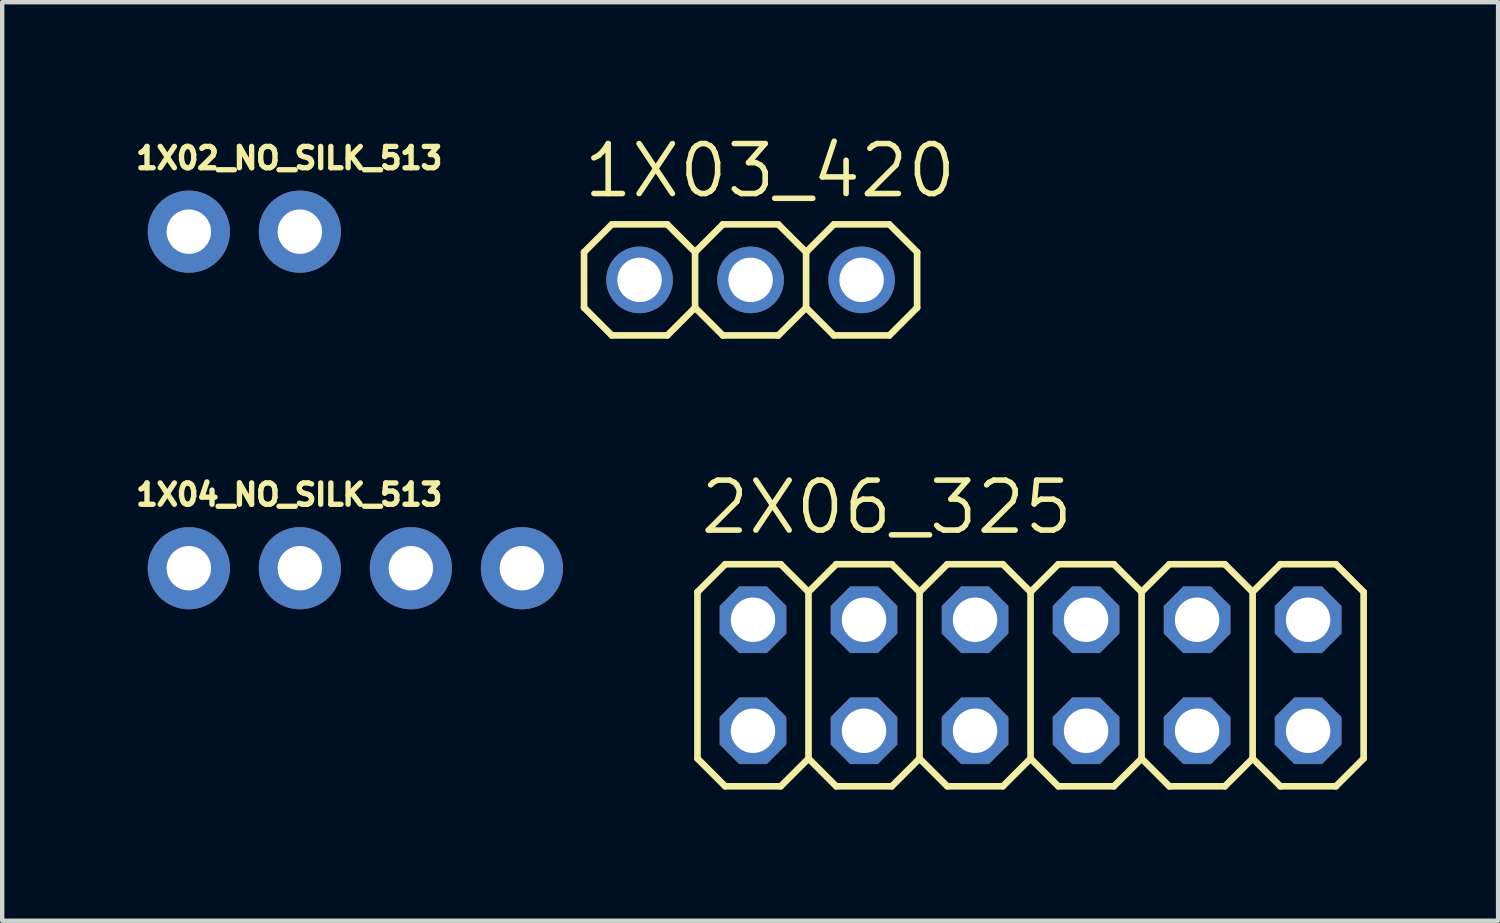
<source format=kicad_pcb>
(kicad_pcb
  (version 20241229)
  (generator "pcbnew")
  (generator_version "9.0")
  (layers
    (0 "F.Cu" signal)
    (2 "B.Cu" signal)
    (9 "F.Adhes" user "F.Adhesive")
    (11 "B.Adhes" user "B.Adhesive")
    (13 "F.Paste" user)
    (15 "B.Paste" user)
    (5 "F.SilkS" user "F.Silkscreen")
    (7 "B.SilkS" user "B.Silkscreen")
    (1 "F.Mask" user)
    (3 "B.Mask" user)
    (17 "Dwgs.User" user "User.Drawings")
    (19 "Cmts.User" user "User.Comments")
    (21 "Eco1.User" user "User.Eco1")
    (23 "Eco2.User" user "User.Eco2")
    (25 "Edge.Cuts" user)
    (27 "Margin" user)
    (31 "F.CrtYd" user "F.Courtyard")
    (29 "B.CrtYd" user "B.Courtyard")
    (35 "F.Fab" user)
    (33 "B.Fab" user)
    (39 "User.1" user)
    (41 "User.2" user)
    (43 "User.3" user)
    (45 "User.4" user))
  (footprint "2X06_325"
    (layer "F.Cu")
    (at 20.526 12.398)
    (property "Reference" "2X06_325" (at -7.62 -3.175 0) (unlocked yes) (layer "F.SilkS") (effects (font (size 1.143 1.143) (thickness 0.127)) (justify left bottom)))
    (fp_line (start -7.62 -1.905) (end -6.985 -2.54) (stroke (width 0.152) (type solid)) (layer "F.SilkS"))
    (fp_line (start -7.62 1.905) (end -7.62 -1.905) (stroke (width 0.152) (type solid)) (layer "F.SilkS"))
    (fp_line (start -7.62 1.905) (end -6.985 2.54) (stroke (width 0.152) (type solid)) (layer "F.SilkS"))
    (fp_line (start -6.985 -2.54) (end -5.715 -2.54) (stroke (width 0.152) (type solid)) (layer "F.SilkS"))
    (fp_line (start -6.985 2.54) (end -5.715 2.54) (stroke (width 0.152) (type solid)) (layer "F.SilkS"))
    (fp_line (start -5.715 -2.54) (end -5.08 -1.905) (stroke (width 0.152) (type solid)) (layer "F.SilkS"))
    (fp_line (start -5.715 2.54) (end -5.08 1.905) (stroke (width 0.152) (type solid)) (layer "F.SilkS"))
    (fp_line (start -5.08 -1.905) (end -5.08 1.905) (stroke (width 0.152) (type solid)) (layer "F.SilkS"))
    (fp_line (start -5.08 -1.905) (end -4.445 -2.54) (stroke (width 0.152) (type solid)) (layer "F.SilkS"))
    (fp_line (start -5.08 1.905) (end -4.445 2.54) (stroke (width 0.152) (type solid)) (layer "F.SilkS"))
    (fp_line (start -4.445 -2.54) (end -3.175 -2.54) (stroke (width 0.152) (type solid)) (layer "F.SilkS"))
    (fp_line (start -4.445 2.54) (end -3.175 2.54) (stroke (width 0.152) (type solid)) (layer "F.SilkS"))
    (fp_line (start -3.175 -2.54) (end -2.54 -1.905) (stroke (width 0.152) (type solid)) (layer "F.SilkS"))
    (fp_line (start -3.175 2.54) (end -2.54 1.905) (stroke (width 0.152) (type solid)) (layer "F.SilkS"))
    (fp_line (start -2.54 -1.905) (end -2.54 1.905) (stroke (width 0.152) (type solid)) (layer "F.SilkS"))
    (fp_line (start -2.54 -1.905) (end -1.905 -2.54) (stroke (width 0.152) (type solid)) (layer "F.SilkS"))
    (fp_line (start -2.54 1.905) (end -1.905 2.54) (stroke (width 0.152) (type solid)) (layer "F.SilkS"))
    (fp_line (start -1.905 -2.54) (end -0.635 -2.54) (stroke (width 0.152) (type solid)) (layer "F.SilkS"))
    (fp_line (start -1.905 2.54) (end -0.635 2.54) (stroke (width 0.152) (type solid)) (layer "F.SilkS"))
    (fp_line (start -0.635 -2.54) (end 0 -1.905) (stroke (width 0.152) (type solid)) (layer "F.SilkS"))
    (fp_line (start -0.635 2.54) (end 0 1.905) (stroke (width 0.152) (type solid)) (layer "F.SilkS"))
    (fp_line (start 0 -1.905) (end 0 1.905) (stroke (width 0.152) (type solid)) (layer "F.SilkS"))
    (fp_line (start 0 -1.905) (end 0.635 -2.54) (stroke (width 0.152) (type solid)) (layer "F.SilkS"))
    (fp_line (start 0 1.905) (end 0.635 2.54) (stroke (width 0.152) (type solid)) (layer "F.SilkS"))
    (fp_line (start 0.635 -2.54) (end 1.905 -2.54) (stroke (width 0.152) (type solid)) (layer "F.SilkS"))
    (fp_line (start 0.635 2.54) (end 1.905 2.54) (stroke (width 0.152) (type solid)) (layer "F.SilkS"))
    (fp_line (start 1.905 -2.54) (end 2.54 -1.905) (stroke (width 0.152) (type solid)) (layer "F.SilkS"))
    (fp_line (start 1.905 2.54) (end 2.54 1.905) (stroke (width 0.152) (type solid)) (layer "F.SilkS"))
    (fp_line (start 2.54 -1.905) (end 2.54 1.905) (stroke (width 0.152) (type solid)) (layer "F.SilkS"))
    (fp_line (start 2.54 -1.905) (end 3.175 -2.54) (stroke (width 0.152) (type solid)) (layer "F.SilkS"))
    (fp_line (start 2.54 1.905) (end 3.175 2.54) (stroke (width 0.152) (type solid)) (layer "F.SilkS"))
    (fp_line (start 3.175 -2.54) (end 4.445 -2.54) (stroke (width 0.152) (type solid)) (layer "F.SilkS"))
    (fp_line (start 3.175 2.54) (end 4.445 2.54) (stroke (width 0.152) (type solid)) (layer "F.SilkS"))
    (fp_line (start 4.445 -2.54) (end 5.08 -1.905) (stroke (width 0.152) (type solid)) (layer "F.SilkS"))
    (fp_line (start 4.445 2.54) (end 5.08 1.905) (stroke (width 0.152) (type solid)) (layer "F.SilkS"))
    (fp_line (start 5.08 -1.905) (end 5.08 1.905) (stroke (width 0.152) (type solid)) (layer "F.SilkS"))
    (fp_line (start 5.08 -1.905) (end 5.715 -2.54) (stroke (width 0.152) (type solid)) (layer "F.SilkS"))
    (fp_line (start 5.08 1.905) (end 5.715 2.54) (stroke (width 0.152) (type solid)) (layer "F.SilkS"))
    (fp_line (start 5.715 -2.54) (end 6.985 -2.54) (stroke (width 0.152) (type solid)) (layer "F.SilkS"))
    (fp_line (start 5.715 2.54) (end 6.985 2.54) (stroke (width 0.152) (type solid)) (layer "F.SilkS"))
    (fp_line (start 6.985 -2.54) (end 7.62 -1.905) (stroke (width 0.152) (type solid)) (layer "F.SilkS"))
    (fp_line (start 6.985 2.54) (end 7.62 1.905) (stroke (width 0.152) (type solid)) (layer "F.SilkS"))
    (fp_line (start 7.62 -1.905) (end 7.62 1.905) (stroke (width 0.152) (type solid)) (layer "F.SilkS"))
    (fp_poly (pts (xy -6.604 -1.016) (xy -6.096 -1.016) (xy -6.096 -1.524) (xy -6.604 -1.524)) (stroke (width 0.1) (type default)) (fill no) (layer "F.Fab"))
    (fp_poly (pts (xy -6.604 1.524) (xy -6.096 1.524) (xy -6.096 1.016) (xy -6.604 1.016)) (stroke (width 0.1) (type default)) (fill no) (layer "F.Fab"))
    (fp_poly (pts (xy -4.064 -1.016) (xy -3.556 -1.016) (xy -3.556 -1.524) (xy -4.064 -1.524)) (stroke (width 0.1) (type default)) (fill no) (layer "F.Fab"))
    (fp_poly (pts (xy -4.064 1.524) (xy -3.556 1.524) (xy -3.556 1.016) (xy -4.064 1.016)) (stroke (width 0.1) (type default)) (fill no) (layer "F.Fab"))
    (fp_poly (pts (xy -1.524 -1.016) (xy -1.016 -1.016) (xy -1.016 -1.524) (xy -1.524 -1.524)) (stroke (width 0.1) (type default)) (fill no) (layer "F.Fab"))
    (fp_poly (pts (xy -1.524 1.524) (xy -1.016 1.524) (xy -1.016 1.016) (xy -1.524 1.016)) (stroke (width 0.1) (type default)) (fill no) (layer "F.Fab"))
    (fp_poly (pts (xy 1.016 -1.016) (xy 1.524 -1.016) (xy 1.524 -1.524) (xy 1.016 -1.524)) (stroke (width 0.1) (type default)) (fill no) (layer "F.Fab"))
    (fp_poly (pts (xy 1.016 1.524) (xy 1.524 1.524) (xy 1.524 1.016) (xy 1.016 1.016)) (stroke (width 0.1) (type default)) (fill no) (layer "F.Fab"))
    (fp_poly (pts (xy 3.556 -1.016) (xy 4.064 -1.016) (xy 4.064 -1.524) (xy 3.556 -1.524)) (stroke (width 0.1) (type default)) (fill no) (layer "F.Fab"))
    (fp_poly (pts (xy 3.556 1.524) (xy 4.064 1.524) (xy 4.064 1.016) (xy 3.556 1.016)) (stroke (width 0.1) (type default)) (fill no) (layer "F.Fab"))
    (fp_poly (pts (xy 6.096 -1.016) (xy 6.604 -1.016) (xy 6.604 -1.524) (xy 6.096 -1.524)) (stroke (width 0.1) (type default)) (fill no) (layer "F.Fab"))
    (fp_poly (pts (xy 6.096 1.524) (xy 6.604 1.524) (xy 6.604 1.016) (xy 6.096 1.016)) (stroke (width 0.1) (type default)) (fill no) (layer "F.Fab"))
    (pad "1" thru_hole roundrect (at -6.35 1.27) (size 1.524 1.524) (drill 1.016) (layers "*.Cu" "*.Mask") (roundrect_rratio 0.25) (chamfer_ratio 0.293) (chamfer top_left top_right bottom_left bottom_right))
    (pad "2" thru_hole roundrect (at -6.35 -1.27) (size 1.524 1.524) (drill 1.016) (layers "*.Cu" "*.Mask") (roundrect_rratio 0.25) (chamfer_ratio 0.293) (chamfer top_left top_right bottom_left bottom_right))
    (pad "3" thru_hole roundrect (at -3.81 1.27) (size 1.524 1.524) (drill 1.016) (layers "*.Cu" "*.Mask") (roundrect_rratio 0.25) (chamfer_ratio 0.293) (chamfer top_left top_right bottom_left bottom_right))
    (pad "4" thru_hole roundrect (at -3.81 -1.27) (size 1.524 1.524) (drill 1.016) (layers "*.Cu" "*.Mask") (roundrect_rratio 0.25) (chamfer_ratio 0.293) (chamfer top_left top_right bottom_left bottom_right))
    (pad "5" thru_hole roundrect (at -1.27 1.27) (size 1.524 1.524) (drill 1.016) (layers "*.Cu" "*.Mask") (roundrect_rratio 0.25) (chamfer_ratio 0.293) (chamfer top_left top_right bottom_left bottom_right))
    (pad "6" thru_hole roundrect (at -1.27 -1.27) (size 1.524 1.524) (drill 1.016) (layers "*.Cu" "*.Mask") (roundrect_rratio 0.25) (chamfer_ratio 0.293) (chamfer top_left top_right bottom_left bottom_right))
    (pad "7" thru_hole roundrect (at 1.27 1.27) (size 1.524 1.524) (drill 1.016) (layers "*.Cu" "*.Mask") (roundrect_rratio 0.25) (chamfer_ratio 0.293) (chamfer top_left top_right bottom_left bottom_right))
    (pad "8" thru_hole roundrect (at 1.27 -1.27) (size 1.524 1.524) (drill 1.016) (layers "*.Cu" "*.Mask") (roundrect_rratio 0.25) (chamfer_ratio 0.293) (chamfer top_left top_right bottom_left bottom_right))
    (pad "9" thru_hole roundrect (at 3.81 1.27) (size 1.524 1.524) (drill 1.016) (layers "*.Cu" "*.Mask") (roundrect_rratio 0.25) (chamfer_ratio 0.293) (chamfer top_left top_right bottom_left bottom_right))
    (pad "10" thru_hole roundrect (at 3.81 -1.27) (size 1.524 1.524) (drill 1.016) (layers "*.Cu" "*.Mask") (roundrect_rratio 0.25) (chamfer_ratio 0.293) (chamfer top_left top_right bottom_left bottom_right))
    (pad "11" thru_hole roundrect (at 6.35 1.27) (size 1.524 1.524) (drill 1.016) (layers "*.Cu" "*.Mask") (roundrect_rratio 0.25) (chamfer_ratio 0.293) (chamfer top_left top_right bottom_left bottom_right))
    (pad "12" thru_hole roundrect (at 6.35 -1.27) (size 1.524 1.524) (drill 1.016) (layers "*.Cu" "*.Mask") (roundrect_rratio 0.25) (chamfer_ratio 0.293) (chamfer top_left top_right bottom_left bottom_right)))
  (footprint "1X04_NO_SILK_513"
    (layer "F.Cu")
    (at 1.27 9.949)
    (property "Reference" "1X04_NO_SILK_513" (at -1.27 -1.397 0) (unlocked yes) (layer "F.SilkS") (effects (font (size 0.488 0.488) (thickness 0.122)) (justify left bottom)))
    (fp_poly (pts (xy -0.254 0.254) (xy 0.254 0.254) (xy 0.254 -0.254) (xy -0.254 -0.254)) (stroke (width 0.1) (type default)) (fill no) (layer "F.Fab"))
    (fp_poly (pts (xy 2.286 0.254) (xy 2.794 0.254) (xy 2.794 -0.254) (xy 2.286 -0.254)) (stroke (width 0.1) (type default)) (fill no) (layer "F.Fab"))
    (fp_poly (pts (xy 4.826 0.254) (xy 5.334 0.254) (xy 5.334 -0.254) (xy 4.826 -0.254)) (stroke (width 0.1) (type default)) (fill no) (layer "F.Fab"))
    (fp_poly (pts (xy 7.366 0.254) (xy 7.874 0.254) (xy 7.874 -0.254) (xy 7.366 -0.254)) (stroke (width 0.1) (type default)) (fill no) (layer "F.Fab"))
    (pad "1" thru_hole circle (at 0 0 90) (size 1.88 1.88) (drill 1.016) (layers "*.Cu" "*.Mask"))
    (pad "2" thru_hole circle (at 2.54 0 90) (size 1.88 1.88) (drill 1.016) (layers "*.Cu" "*.Mask"))
    (pad "3" thru_hole circle (at 5.08 0 90) (size 1.88 1.88) (drill 1.016) (layers "*.Cu" "*.Mask"))
    (pad "4" thru_hole circle (at 7.62 0 90) (size 1.88 1.88) (drill 1.016) (layers "*.Cu" "*.Mask")))
  (footprint "1X03_420"
    (layer "F.Cu")
    (at 14.121 3.353)
    (property "Reference" "1X03_420" (at -3.886 -1.829 0) (unlocked yes) (layer "F.SilkS") (effects (font (size 1.143 1.143) (thickness 0.127)) (justify left bottom)))
    (fp_line (start -3.81 -0.635) (end -3.81 0.635) (stroke (width 0.152) (type solid)) (layer "F.SilkS"))
    (fp_line (start -3.81 0.635) (end -3.175 1.27) (stroke (width 0.152) (type solid)) (layer "F.SilkS"))
    (fp_line (start -3.175 -1.27) (end -3.81 -0.635) (stroke (width 0.152) (type solid)) (layer "F.SilkS"))
    (fp_line (start -3.175 -1.27) (end -1.905 -1.27) (stroke (width 0.152) (type solid)) (layer "F.SilkS"))
    (fp_line (start -1.905 -1.27) (end -1.27 -0.635) (stroke (width 0.152) (type solid)) (layer "F.SilkS"))
    (fp_line (start -1.905 1.27) (end -3.175 1.27) (stroke (width 0.152) (type solid)) (layer "F.SilkS"))
    (fp_line (start -1.27 -0.635) (end -1.27 0.635) (stroke (width 0.152) (type solid)) (layer "F.SilkS"))
    (fp_line (start -1.27 -0.635) (end -0.635 -1.27) (stroke (width 0.152) (type solid)) (layer "F.SilkS"))
    (fp_line (start -1.27 0.635) (end -1.905 1.27) (stroke (width 0.152) (type solid)) (layer "F.SilkS"))
    (fp_line (start -0.635 -1.27) (end 0.635 -1.27) (stroke (width 0.152) (type solid)) (layer "F.SilkS"))
    (fp_line (start -0.635 1.27) (end -1.27 0.635) (stroke (width 0.152) (type solid)) (layer "F.SilkS"))
    (fp_line (start 0.635 -1.27) (end 1.27 -0.635) (stroke (width 0.152) (type solid)) (layer "F.SilkS"))
    (fp_line (start 0.635 1.27) (end -0.635 1.27) (stroke (width 0.152) (type solid)) (layer "F.SilkS"))
    (fp_line (start 1.27 -0.635) (end 1.27 0.635) (stroke (width 0.152) (type solid)) (layer "F.SilkS"))
    (fp_line (start 1.27 -0.635) (end 1.905 -1.27) (stroke (width 0.152) (type solid)) (layer "F.SilkS"))
    (fp_line (start 1.27 0.635) (end 0.635 1.27) (stroke (width 0.152) (type solid)) (layer "F.SilkS"))
    (fp_line (start 1.905 -1.27) (end 3.175 -1.27) (stroke (width 0.152) (type solid)) (layer "F.SilkS"))
    (fp_line (start 1.905 1.27) (end 1.27 0.635) (stroke (width 0.152) (type solid)) (layer "F.SilkS"))
    (fp_line (start 3.175 -1.27) (end 3.81 -0.635) (stroke (width 0.152) (type solid)) (layer "F.SilkS"))
    (fp_line (start 3.175 1.27) (end 1.905 1.27) (stroke (width 0.152) (type solid)) (layer "F.SilkS"))
    (fp_line (start 3.81 -0.635) (end 3.81 0.635) (stroke (width 0.152) (type solid)) (layer "F.SilkS"))
    (fp_line (start 3.81 0.635) (end 3.175 1.27) (stroke (width 0.152) (type solid)) (layer "F.SilkS"))
    (fp_poly (pts (xy -2.794 0.254) (xy -2.286 0.254) (xy -2.286 -0.254) (xy -2.794 -0.254)) (stroke (width 0.1) (type default)) (fill no) (layer "F.Fab"))
    (fp_poly (pts (xy -0.254 0.254) (xy 0.254 0.254) (xy 0.254 -0.254) (xy -0.254 -0.254)) (stroke (width 0.1) (type default)) (fill no) (layer "F.Fab"))
    (fp_poly (pts (xy 2.286 0.254) (xy 2.794 0.254) (xy 2.794 -0.254) (xy 2.286 -0.254)) (stroke (width 0.1) (type default)) (fill no) (layer "F.Fab"))
    (pad "1" thru_hole circle (at -2.54 0 90) (size 1.524 1.524) (drill 1.016) (layers "*.Cu" "*.Mask"))
    (pad "2" thru_hole circle (at 0 0 90) (size 1.524 1.524) (drill 1.016) (layers "*.Cu" "*.Mask"))
    (pad "3" thru_hole circle (at 2.54 0 90) (size 1.524 1.524) (drill 1.016) (layers "*.Cu" "*.Mask")))
  (footprint "1X02_NO_SILK_513"
    (layer "F.Cu")
    (at 1.27 2.25)
    (property "Reference" "1X02_NO_SILK_513" (at -1.27 -1.397 0) (unlocked yes) (layer "F.SilkS") (effects (font (size 0.488 0.488) (thickness 0.122)) (justify left bottom)))
    (fp_poly (pts (xy -0.254 0.254) (xy 0.254 0.254) (xy 0.254 -0.254) (xy -0.254 -0.254)) (stroke (width 0.1) (type default)) (fill no) (layer "F.Fab"))
    (fp_poly (pts (xy 2.286 0.254) (xy 2.794 0.254) (xy 2.794 -0.254) (xy 2.286 -0.254)) (stroke (width 0.1) (type default)) (fill no) (layer "F.Fab"))
    (pad "1" thru_hole circle (at 0 0 90) (size 1.88 1.88) (drill 1.016) (layers "*.Cu" "*.Mask"))
    (pad "2" thru_hole circle (at 2.54 0 90) (size 1.88 1.88) (drill 1.016) (layers "*.Cu" "*.Mask")))
  (gr_rect
    (start -3 -3)
    (end 31.222 18.014)
    (stroke (width 0.1) (type default))
    (fill no)
    (layer "Edge.Cuts")))
</source>
